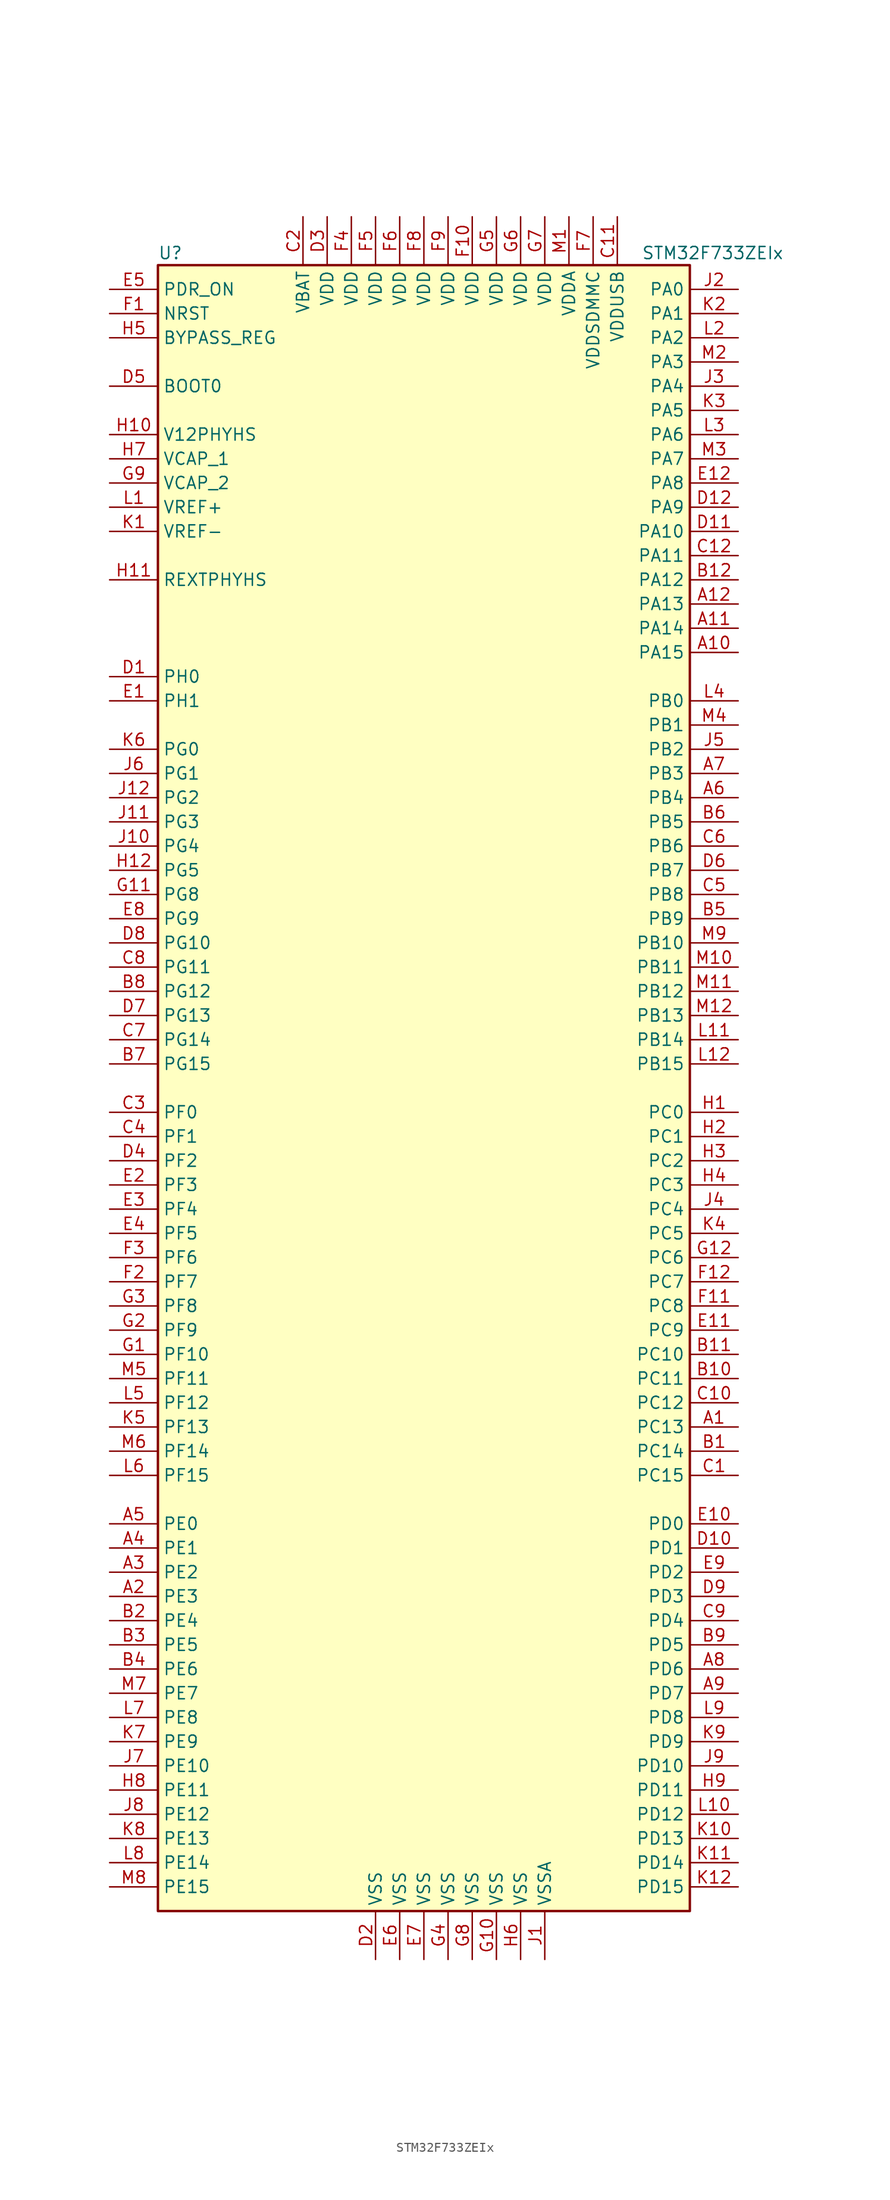
<source format=kicad_sym>
(kicad_symbol_lib
  (version 20220914)
  (generator kicad_symbol_editor)
  (symbol "STM32F733ZEIx"
    (property "Reference" "U"
      (at -27.94 87.63 0)
      (effects (font (size 1.27 1.27)) (justify left)))
    (property "Value" "STM32F733ZEIx"
      (at 22.86 87.63 0)
      (effects (font (size 1.27 1.27)) (justify left)))
    (symbol "STM32F733ZEIx_0_1"
      (rectangle (start -27.94 -86.36) (end 27.94 86.36) (stroke (width 0.254) (type default)) (fill (type background))))
    (symbol "STM32F733ZEIx_1_1"
      (pin bidirectional line (at 33.02 -35.56 180) (length 5.08) (name "PC13" (effects (font (size 1.27 1.27)))) (number "A1" (effects (font (size 1.27 1.27)))))
      (pin bidirectional line (at 33.02 45.72 180) (length 5.08) (name "PA15" (effects (font (size 1.27 1.27)))) (number "A10" (effects (font (size 1.27 1.27)))))
      (pin bidirectional line (at 33.02 48.26 180) (length 5.08) (name "PA14" (effects (font (size 1.27 1.27)))) (number "A11" (effects (font (size 1.27 1.27)))))
      (pin bidirectional line (at 33.02 50.8 180) (length 5.08) (name "PA13" (effects (font (size 1.27 1.27)))) (number "A12" (effects (font (size 1.27 1.27)))))
      (pin bidirectional line (at -33.02 -53.34 0) (length 5.08) (name "PE3" (effects (font (size 1.27 1.27)))) (number "A2" (effects (font (size 1.27 1.27)))))
      (pin bidirectional line (at -33.02 -50.8 0) (length 5.08) (name "PE2" (effects (font (size 1.27 1.27)))) (number "A3" (effects (font (size 1.27 1.27)))))
      (pin bidirectional line (at -33.02 -48.26 0) (length 5.08) (name "PE1" (effects (font (size 1.27 1.27)))) (number "A4" (effects (font (size 1.27 1.27)))))
      (pin bidirectional line (at -33.02 -45.72 0) (length 5.08) (name "PE0" (effects (font (size 1.27 1.27)))) (number "A5" (effects (font (size 1.27 1.27)))))
      (pin bidirectional line (at 33.02 30.48 180) (length 5.08) (name "PB4" (effects (font (size 1.27 1.27)))) (number "A6" (effects (font (size 1.27 1.27)))))
      (pin bidirectional line (at 33.02 33.02 180) (length 5.08) (name "PB3" (effects (font (size 1.27 1.27)))) (number "A7" (effects (font (size 1.27 1.27)))))
      (pin bidirectional line (at 33.02 -60.96 180) (length 5.08) (name "PD6" (effects (font (size 1.27 1.27)))) (number "A8" (effects (font (size 1.27 1.27)))))
      (pin bidirectional line (at 33.02 -63.5 180) (length 5.08) (name "PD7" (effects (font (size 1.27 1.27)))) (number "A9" (effects (font (size 1.27 1.27)))))
      (pin bidirectional line (at 33.02 -38.1 180) (length 5.08) (name "PC14" (effects (font (size 1.27 1.27)))) (number "B1" (effects (font (size 1.27 1.27)))))
      (pin bidirectional line (at 33.02 -30.48 180) (length 5.08) (name "PC11" (effects (font (size 1.27 1.27)))) (number "B10" (effects (font (size 1.27 1.27)))))
      (pin bidirectional line (at 33.02 -27.94 180) (length 5.08) (name "PC10" (effects (font (size 1.27 1.27)))) (number "B11" (effects (font (size 1.27 1.27)))))
      (pin bidirectional line (at 33.02 53.34 180) (length 5.08) (name "PA12" (effects (font (size 1.27 1.27)))) (number "B12" (effects (font (size 1.27 1.27)))))
      (pin bidirectional line (at -33.02 -55.88 0) (length 5.08) (name "PE4" (effects (font (size 1.27 1.27)))) (number "B2" (effects (font (size 1.27 1.27)))))
      (pin bidirectional line (at -33.02 -58.42 0) (length 5.08) (name "PE5" (effects (font (size 1.27 1.27)))) (number "B3" (effects (font (size 1.27 1.27)))))
      (pin bidirectional line (at -33.02 -60.96 0) (length 5.08) (name "PE6" (effects (font (size 1.27 1.27)))) (number "B4" (effects (font (size 1.27 1.27)))))
      (pin bidirectional line (at 33.02 17.78 180) (length 5.08) (name "PB9" (effects (font (size 1.27 1.27)))) (number "B5" (effects (font (size 1.27 1.27)))))
      (pin bidirectional line (at 33.02 27.94 180) (length 5.08) (name "PB5" (effects (font (size 1.27 1.27)))) (number "B6" (effects (font (size 1.27 1.27)))))
      (pin bidirectional line (at -33.02 2.54 0) (length 5.08) (name "PG15" (effects (font (size 1.27 1.27)))) (number "B7" (effects (font (size 1.27 1.27)))))
      (pin bidirectional line (at -33.02 10.16 0) (length 5.08) (name "PG12" (effects (font (size 1.27 1.27)))) (number "B8" (effects (font (size 1.27 1.27)))))
      (pin bidirectional line (at 33.02 -58.42 180) (length 5.08) (name "PD5" (effects (font (size 1.27 1.27)))) (number "B9" (effects (font (size 1.27 1.27)))))
      (pin bidirectional line (at 33.02 -40.64 180) (length 5.08) (name "PC15" (effects (font (size 1.27 1.27)))) (number "C1" (effects (font (size 1.27 1.27)))))
      (pin bidirectional line (at 33.02 -33.02 180) (length 5.08) (name "PC12" (effects (font (size 1.27 1.27)))) (number "C10" (effects (font (size 1.27 1.27)))))
      (pin power_in line (at 20.32 91.44 270) (length 5.08) (name "VDDUSB" (effects (font (size 1.27 1.27)))) (number "C11" (effects (font (size 1.27 1.27)))))
      (pin bidirectional line (at 33.02 55.88 180) (length 5.08) (name "PA11" (effects (font (size 1.27 1.27)))) (number "C12" (effects (font (size 1.27 1.27)))))
      (pin power_in line (at -12.7 91.44 270) (length 5.08) (name "VBAT" (effects (font (size 1.27 1.27)))) (number "C2" (effects (font (size 1.27 1.27)))))
      (pin bidirectional line (at -33.02 -2.54 0) (length 5.08) (name "PF0" (effects (font (size 1.27 1.27)))) (number "C3" (effects (font (size 1.27 1.27)))))
      (pin bidirectional line (at -33.02 -5.08 0) (length 5.08) (name "PF1" (effects (font (size 1.27 1.27)))) (number "C4" (effects (font (size 1.27 1.27)))))
      (pin bidirectional line (at 33.02 20.32 180) (length 5.08) (name "PB8" (effects (font (size 1.27 1.27)))) (number "C5" (effects (font (size 1.27 1.27)))))
      (pin bidirectional line (at 33.02 25.4 180) (length 5.08) (name "PB6" (effects (font (size 1.27 1.27)))) (number "C6" (effects (font (size 1.27 1.27)))))
      (pin bidirectional line (at -33.02 5.08 0) (length 5.08) (name "PG14" (effects (font (size 1.27 1.27)))) (number "C7" (effects (font (size 1.27 1.27)))))
      (pin bidirectional line (at -33.02 12.7 0) (length 5.08) (name "PG11" (effects (font (size 1.27 1.27)))) (number "C8" (effects (font (size 1.27 1.27)))))
      (pin bidirectional line (at 33.02 -55.88 180) (length 5.08) (name "PD4" (effects (font (size 1.27 1.27)))) (number "C9" (effects (font (size 1.27 1.27)))))
      (pin input line (at -33.02 43.18 0) (length 5.08) (name "PH0" (effects (font (size 1.27 1.27)))) (number "D1" (effects (font (size 1.27 1.27)))))
      (pin bidirectional line (at 33.02 -48.26 180) (length 5.08) (name "PD1" (effects (font (size 1.27 1.27)))) (number "D10" (effects (font (size 1.27 1.27)))))
      (pin bidirectional line (at 33.02 58.42 180) (length 5.08) (name "PA10" (effects (font (size 1.27 1.27)))) (number "D11" (effects (font (size 1.27 1.27)))))
      (pin bidirectional line (at 33.02 60.96 180) (length 5.08) (name "PA9" (effects (font (size 1.27 1.27)))) (number "D12" (effects (font (size 1.27 1.27)))))
      (pin power_in line (at -5.08 -91.44 90) (length 5.08) (name "VSS" (effects (font (size 1.27 1.27)))) (number "D2" (effects (font (size 1.27 1.27)))))
      (pin power_in line (at -10.16 91.44 270) (length 5.08) (name "VDD" (effects (font (size 1.27 1.27)))) (number "D3" (effects (font (size 1.27 1.27)))))
      (pin bidirectional line (at -33.02 -7.62 0) (length 5.08) (name "PF2" (effects (font (size 1.27 1.27)))) (number "D4" (effects (font (size 1.27 1.27)))))
      (pin input line (at -33.02 73.66 0) (length 5.08) (name "BOOT0" (effects (font (size 1.27 1.27)))) (number "D5" (effects (font (size 1.27 1.27)))))
      (pin bidirectional line (at 33.02 22.86 180) (length 5.08) (name "PB7" (effects (font (size 1.27 1.27)))) (number "D6" (effects (font (size 1.27 1.27)))))
      (pin bidirectional line (at -33.02 7.62 0) (length 5.08) (name "PG13" (effects (font (size 1.27 1.27)))) (number "D7" (effects (font (size 1.27 1.27)))))
      (pin bidirectional line (at -33.02 15.24 0) (length 5.08) (name "PG10" (effects (font (size 1.27 1.27)))) (number "D8" (effects (font (size 1.27 1.27)))))
      (pin bidirectional line (at 33.02 -53.34 180) (length 5.08) (name "PD3" (effects (font (size 1.27 1.27)))) (number "D9" (effects (font (size 1.27 1.27)))))
      (pin input line (at -33.02 40.64 0) (length 5.08) (name "PH1" (effects (font (size 1.27 1.27)))) (number "E1" (effects (font (size 1.27 1.27)))))
      (pin bidirectional line (at 33.02 -45.72 180) (length 5.08) (name "PD0" (effects (font (size 1.27 1.27)))) (number "E10" (effects (font (size 1.27 1.27)))))
      (pin bidirectional line (at 33.02 -25.4 180) (length 5.08) (name "PC9" (effects (font (size 1.27 1.27)))) (number "E11" (effects (font (size 1.27 1.27)))))
      (pin bidirectional line (at 33.02 63.5 180) (length 5.08) (name "PA8" (effects (font (size 1.27 1.27)))) (number "E12" (effects (font (size 1.27 1.27)))))
      (pin bidirectional line (at -33.02 -10.16 0) (length 5.08) (name "PF3" (effects (font (size 1.27 1.27)))) (number "E2" (effects (font (size 1.27 1.27)))))
      (pin bidirectional line (at -33.02 -12.7 0) (length 5.08) (name "PF4" (effects (font (size 1.27 1.27)))) (number "E3" (effects (font (size 1.27 1.27)))))
      (pin bidirectional line (at -33.02 -15.24 0) (length 5.08) (name "PF5" (effects (font (size 1.27 1.27)))) (number "E4" (effects (font (size 1.27 1.27)))))
      (pin input line (at -33.02 83.82 0) (length 5.08) (name "PDR_ON" (effects (font (size 1.27 1.27)))) (number "E5" (effects (font (size 1.27 1.27)))))
      (pin power_in line (at -2.54 -91.44 90) (length 5.08) (name "VSS" (effects (font (size 1.27 1.27)))) (number "E6" (effects (font (size 1.27 1.27)))))
      (pin power_in line (at 0 -91.44 90) (length 5.08) (name "VSS" (effects (font (size 1.27 1.27)))) (number "E7" (effects (font (size 1.27 1.27)))))
      (pin bidirectional line (at -33.02 17.78 0) (length 5.08) (name "PG9" (effects (font (size 1.27 1.27)))) (number "E8" (effects (font (size 1.27 1.27)))))
      (pin bidirectional line (at 33.02 -50.8 180) (length 5.08) (name "PD2" (effects (font (size 1.27 1.27)))) (number "E9" (effects (font (size 1.27 1.27)))))
      (pin input line (at -33.02 81.28 0) (length 5.08) (name "NRST" (effects (font (size 1.27 1.27)))) (number "F1" (effects (font (size 1.27 1.27)))))
      (pin power_in line (at 5.08 91.44 270) (length 5.08) (name "VDD" (effects (font (size 1.27 1.27)))) (number "F10" (effects (font (size 1.27 1.27)))))
      (pin bidirectional line (at 33.02 -22.86 180) (length 5.08) (name "PC8" (effects (font (size 1.27 1.27)))) (number "F11" (effects (font (size 1.27 1.27)))))
      (pin bidirectional line (at 33.02 -20.32 180) (length 5.08) (name "PC7" (effects (font (size 1.27 1.27)))) (number "F12" (effects (font (size 1.27 1.27)))))
      (pin bidirectional line (at -33.02 -20.32 0) (length 5.08) (name "PF7" (effects (font (size 1.27 1.27)))) (number "F2" (effects (font (size 1.27 1.27)))))
      (pin bidirectional line (at -33.02 -17.78 0) (length 5.08) (name "PF6" (effects (font (size 1.27 1.27)))) (number "F3" (effects (font (size 1.27 1.27)))))
      (pin power_in line (at -7.62 91.44 270) (length 5.08) (name "VDD" (effects (font (size 1.27 1.27)))) (number "F4" (effects (font (size 1.27 1.27)))))
      (pin power_in line (at -5.08 91.44 270) (length 5.08) (name "VDD" (effects (font (size 1.27 1.27)))) (number "F5" (effects (font (size 1.27 1.27)))))
      (pin power_in line (at -2.54 91.44 270) (length 5.08) (name "VDD" (effects (font (size 1.27 1.27)))) (number "F6" (effects (font (size 1.27 1.27)))))
      (pin power_in line (at 17.78 91.44 270) (length 5.08) (name "VDDSDMMC" (effects (font (size 1.27 1.27)))) (number "F7" (effects (font (size 1.27 1.27)))))
      (pin power_in line (at 0 91.44 270) (length 5.08) (name "VDD" (effects (font (size 1.27 1.27)))) (number "F8" (effects (font (size 1.27 1.27)))))
      (pin power_in line (at 2.54 91.44 270) (length 5.08) (name "VDD" (effects (font (size 1.27 1.27)))) (number "F9" (effects (font (size 1.27 1.27)))))
      (pin bidirectional line (at -33.02 -27.94 0) (length 5.08) (name "PF10" (effects (font (size 1.27 1.27)))) (number "G1" (effects (font (size 1.27 1.27)))))
      (pin power_in line (at 7.62 -91.44 90) (length 5.08) (name "VSS" (effects (font (size 1.27 1.27)))) (number "G10" (effects (font (size 1.27 1.27)))))
      (pin bidirectional line (at -33.02 20.32 0) (length 5.08) (name "PG8" (effects (font (size 1.27 1.27)))) (number "G11" (effects (font (size 1.27 1.27)))))
      (pin bidirectional line (at 33.02 -17.78 180) (length 5.08) (name "PC6" (effects (font (size 1.27 1.27)))) (number "G12" (effects (font (size 1.27 1.27)))))
      (pin bidirectional line (at -33.02 -25.4 0) (length 5.08) (name "PF9" (effects (font (size 1.27 1.27)))) (number "G2" (effects (font (size 1.27 1.27)))))
      (pin bidirectional line (at -33.02 -22.86 0) (length 5.08) (name "PF8" (effects (font (size 1.27 1.27)))) (number "G3" (effects (font (size 1.27 1.27)))))
      (pin power_in line (at 2.54 -91.44 90) (length 5.08) (name "VSS" (effects (font (size 1.27 1.27)))) (number "G4" (effects (font (size 1.27 1.27)))))
      (pin power_in line (at 7.62 91.44 270) (length 5.08) (name "VDD" (effects (font (size 1.27 1.27)))) (number "G5" (effects (font (size 1.27 1.27)))))
      (pin power_in line (at 10.16 91.44 270) (length 5.08) (name "VDD" (effects (font (size 1.27 1.27)))) (number "G6" (effects (font (size 1.27 1.27)))))
      (pin power_in line (at 12.7 91.44 270) (length 5.08) (name "VDD" (effects (font (size 1.27 1.27)))) (number "G7" (effects (font (size 1.27 1.27)))))
      (pin power_in line (at 5.08 -91.44 90) (length 5.08) (name "VSS" (effects (font (size 1.27 1.27)))) (number "G8" (effects (font (size 1.27 1.27)))))
      (pin power_in line (at -33.02 63.5 0) (length 5.08) (name "VCAP_2" (effects (font (size 1.27 1.27)))) (number "G9" (effects (font (size 1.27 1.27)))))
      (pin bidirectional line (at 33.02 -2.54 180) (length 5.08) (name "PC0" (effects (font (size 1.27 1.27)))) (number "H1" (effects (font (size 1.27 1.27)))))
      (pin power_in line (at -33.02 68.58 0) (length 5.08) (name "V12PHYHS" (effects (font (size 1.27 1.27)))) (number "H10" (effects (font (size 1.27 1.27)))))
      (pin bidirectional line (at -33.02 53.34 0) (length 5.08) (name "REXTPHYHS" (effects (font (size 1.27 1.27)))) (number "H11" (effects (font (size 1.27 1.27)))))
      (pin bidirectional line (at -33.02 22.86 0) (length 5.08) (name "PG5" (effects (font (size 1.27 1.27)))) (number "H12" (effects (font (size 1.27 1.27)))))
      (pin bidirectional line (at 33.02 -5.08 180) (length 5.08) (name "PC1" (effects (font (size 1.27 1.27)))) (number "H2" (effects (font (size 1.27 1.27)))))
      (pin bidirectional line (at 33.02 -7.62 180) (length 5.08) (name "PC2" (effects (font (size 1.27 1.27)))) (number "H3" (effects (font (size 1.27 1.27)))))
      (pin bidirectional line (at 33.02 -10.16 180) (length 5.08) (name "PC3" (effects (font (size 1.27 1.27)))) (number "H4" (effects (font (size 1.27 1.27)))))
      (pin input line (at -33.02 78.74 0) (length 5.08) (name "BYPASS_REG" (effects (font (size 1.27 1.27)))) (number "H5" (effects (font (size 1.27 1.27)))))
      (pin power_in line (at 10.16 -91.44 90) (length 5.08) (name "VSS" (effects (font (size 1.27 1.27)))) (number "H6" (effects (font (size 1.27 1.27)))))
      (pin power_in line (at -33.02 66.04 0) (length 5.08) (name "VCAP_1" (effects (font (size 1.27 1.27)))) (number "H7" (effects (font (size 1.27 1.27)))))
      (pin bidirectional line (at -33.02 -73.66 0) (length 5.08) (name "PE11" (effects (font (size 1.27 1.27)))) (number "H8" (effects (font (size 1.27 1.27)))))
      (pin bidirectional line (at 33.02 -73.66 180) (length 5.08) (name "PD11" (effects (font (size 1.27 1.27)))) (number "H9" (effects (font (size 1.27 1.27)))))
      (pin power_in line (at 12.7 -91.44 90) (length 5.08) (name "VSSA" (effects (font (size 1.27 1.27)))) (number "J1" (effects (font (size 1.27 1.27)))))
      (pin bidirectional line (at -33.02 25.4 0) (length 5.08) (name "PG4" (effects (font (size 1.27 1.27)))) (number "J10" (effects (font (size 1.27 1.27)))))
      (pin bidirectional line (at -33.02 27.94 0) (length 5.08) (name "PG3" (effects (font (size 1.27 1.27)))) (number "J11" (effects (font (size 1.27 1.27)))))
      (pin bidirectional line (at -33.02 30.48 0) (length 5.08) (name "PG2" (effects (font (size 1.27 1.27)))) (number "J12" (effects (font (size 1.27 1.27)))))
      (pin bidirectional line (at 33.02 83.82 180) (length 5.08) (name "PA0" (effects (font (size 1.27 1.27)))) (number "J2" (effects (font (size 1.27 1.27)))))
      (pin bidirectional line (at 33.02 73.66 180) (length 5.08) (name "PA4" (effects (font (size 1.27 1.27)))) (number "J3" (effects (font (size 1.27 1.27)))))
      (pin bidirectional line (at 33.02 -12.7 180) (length 5.08) (name "PC4" (effects (font (size 1.27 1.27)))) (number "J4" (effects (font (size 1.27 1.27)))))
      (pin bidirectional line (at 33.02 35.56 180) (length 5.08) (name "PB2" (effects (font (size 1.27 1.27)))) (number "J5" (effects (font (size 1.27 1.27)))))
      (pin bidirectional line (at -33.02 33.02 0) (length 5.08) (name "PG1" (effects (font (size 1.27 1.27)))) (number "J6" (effects (font (size 1.27 1.27)))))
      (pin bidirectional line (at -33.02 -71.12 0) (length 5.08) (name "PE10" (effects (font (size 1.27 1.27)))) (number "J7" (effects (font (size 1.27 1.27)))))
      (pin bidirectional line (at -33.02 -76.2 0) (length 5.08) (name "PE12" (effects (font (size 1.27 1.27)))) (number "J8" (effects (font (size 1.27 1.27)))))
      (pin bidirectional line (at 33.02 -71.12 180) (length 5.08) (name "PD10" (effects (font (size 1.27 1.27)))) (number "J9" (effects (font (size 1.27 1.27)))))
      (pin power_in line (at -33.02 58.42 0) (length 5.08) (name "VREF-" (effects (font (size 1.27 1.27)))) (number "K1" (effects (font (size 1.27 1.27)))))
      (pin bidirectional line (at 33.02 -78.74 180) (length 5.08) (name "PD13" (effects (font (size 1.27 1.27)))) (number "K10" (effects (font (size 1.27 1.27)))))
      (pin bidirectional line (at 33.02 -81.28 180) (length 5.08) (name "PD14" (effects (font (size 1.27 1.27)))) (number "K11" (effects (font (size 1.27 1.27)))))
      (pin bidirectional line (at 33.02 -83.82 180) (length 5.08) (name "PD15" (effects (font (size 1.27 1.27)))) (number "K12" (effects (font (size 1.27 1.27)))))
      (pin bidirectional line (at 33.02 81.28 180) (length 5.08) (name "PA1" (effects (font (size 1.27 1.27)))) (number "K2" (effects (font (size 1.27 1.27)))))
      (pin bidirectional line (at 33.02 71.12 180) (length 5.08) (name "PA5" (effects (font (size 1.27 1.27)))) (number "K3" (effects (font (size 1.27 1.27)))))
      (pin bidirectional line (at 33.02 -15.24 180) (length 5.08) (name "PC5" (effects (font (size 1.27 1.27)))) (number "K4" (effects (font (size 1.27 1.27)))))
      (pin bidirectional line (at -33.02 -35.56 0) (length 5.08) (name "PF13" (effects (font (size 1.27 1.27)))) (number "K5" (effects (font (size 1.27 1.27)))))
      (pin bidirectional line (at -33.02 35.56 0) (length 5.08) (name "PG0" (effects (font (size 1.27 1.27)))) (number "K6" (effects (font (size 1.27 1.27)))))
      (pin bidirectional line (at -33.02 -68.58 0) (length 5.08) (name "PE9" (effects (font (size 1.27 1.27)))) (number "K7" (effects (font (size 1.27 1.27)))))
      (pin bidirectional line (at -33.02 -78.74 0) (length 5.08) (name "PE13" (effects (font (size 1.27 1.27)))) (number "K8" (effects (font (size 1.27 1.27)))))
      (pin bidirectional line (at 33.02 -68.58 180) (length 5.08) (name "PD9" (effects (font (size 1.27 1.27)))) (number "K9" (effects (font (size 1.27 1.27)))))
      (pin power_in line (at -33.02 60.96 0) (length 5.08) (name "VREF+" (effects (font (size 1.27 1.27)))) (number "L1" (effects (font (size 1.27 1.27)))))
      (pin bidirectional line (at 33.02 -76.2 180) (length 5.08) (name "PD12" (effects (font (size 1.27 1.27)))) (number "L10" (effects (font (size 1.27 1.27)))))
      (pin bidirectional line (at 33.02 5.08 180) (length 5.08) (name "PB14" (effects (font (size 1.27 1.27)))) (number "L11" (effects (font (size 1.27 1.27)))))
      (pin bidirectional line (at 33.02 2.54 180) (length 5.08) (name "PB15" (effects (font (size 1.27 1.27)))) (number "L12" (effects (font (size 1.27 1.27)))))
      (pin bidirectional line (at 33.02 78.74 180) (length 5.08) (name "PA2" (effects (font (size 1.27 1.27)))) (number "L2" (effects (font (size 1.27 1.27)))))
      (pin bidirectional line (at 33.02 68.58 180) (length 5.08) (name "PA6" (effects (font (size 1.27 1.27)))) (number "L3" (effects (font (size 1.27 1.27)))))
      (pin bidirectional line (at 33.02 40.64 180) (length 5.08) (name "PB0" (effects (font (size 1.27 1.27)))) (number "L4" (effects (font (size 1.27 1.27)))))
      (pin bidirectional line (at -33.02 -33.02 0) (length 5.08) (name "PF12" (effects (font (size 1.27 1.27)))) (number "L5" (effects (font (size 1.27 1.27)))))
      (pin bidirectional line (at -33.02 -40.64 0) (length 5.08) (name "PF15" (effects (font (size 1.27 1.27)))) (number "L6" (effects (font (size 1.27 1.27)))))
      (pin bidirectional line (at -33.02 -66.04 0) (length 5.08) (name "PE8" (effects (font (size 1.27 1.27)))) (number "L7" (effects (font (size 1.27 1.27)))))
      (pin bidirectional line (at -33.02 -81.28 0) (length 5.08) (name "PE14" (effects (font (size 1.27 1.27)))) (number "L8" (effects (font (size 1.27 1.27)))))
      (pin bidirectional line (at 33.02 -66.04 180) (length 5.08) (name "PD8" (effects (font (size 1.27 1.27)))) (number "L9" (effects (font (size 1.27 1.27)))))
      (pin power_in line (at 15.24 91.44 270) (length 5.08) (name "VDDA" (effects (font (size 1.27 1.27)))) (number "M1" (effects (font (size 1.27 1.27)))))
      (pin bidirectional line (at 33.02 12.7 180) (length 5.08) (name "PB11" (effects (font (size 1.27 1.27)))) (number "M10" (effects (font (size 1.27 1.27)))))
      (pin bidirectional line (at 33.02 10.16 180) (length 5.08) (name "PB12" (effects (font (size 1.27 1.27)))) (number "M11" (effects (font (size 1.27 1.27)))))
      (pin bidirectional line (at 33.02 7.62 180) (length 5.08) (name "PB13" (effects (font (size 1.27 1.27)))) (number "M12" (effects (font (size 1.27 1.27)))))
      (pin bidirectional line (at 33.02 76.2 180) (length 5.08) (name "PA3" (effects (font (size 1.27 1.27)))) (number "M2" (effects (font (size 1.27 1.27)))))
      (pin bidirectional line (at 33.02 66.04 180) (length 5.08) (name "PA7" (effects (font (size 1.27 1.27)))) (number "M3" (effects (font (size 1.27 1.27)))))
      (pin bidirectional line (at 33.02 38.1 180) (length 5.08) (name "PB1" (effects (font (size 1.27 1.27)))) (number "M4" (effects (font (size 1.27 1.27)))))
      (pin bidirectional line (at -33.02 -30.48 0) (length 5.08) (name "PF11" (effects (font (size 1.27 1.27)))) (number "M5" (effects (font (size 1.27 1.27)))))
      (pin bidirectional line (at -33.02 -38.1 0) (length 5.08) (name "PF14" (effects (font (size 1.27 1.27)))) (number "M6" (effects (font (size 1.27 1.27)))))
      (pin bidirectional line (at -33.02 -63.5 0) (length 5.08) (name "PE7" (effects (font (size 1.27 1.27)))) (number "M7" (effects (font (size 1.27 1.27)))))
      (pin bidirectional line (at -33.02 -83.82 0) (length 5.08) (name "PE15" (effects (font (size 1.27 1.27)))) (number "M8" (effects (font (size 1.27 1.27)))))
      (pin bidirectional line (at 33.02 15.24 180) (length 5.08) (name "PB10" (effects (font (size 1.27 1.27)))) (number "M9" (effects (font (size 1.27 1.27))))))))
</source>
